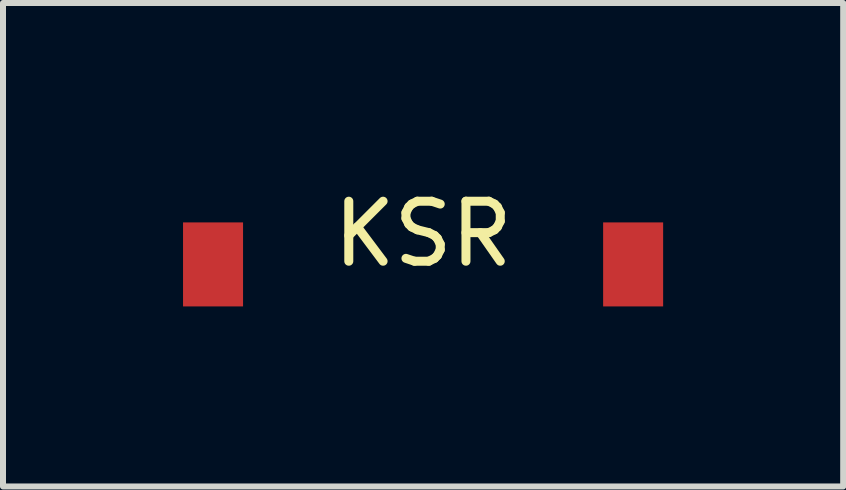
<source format=kicad_pcb>
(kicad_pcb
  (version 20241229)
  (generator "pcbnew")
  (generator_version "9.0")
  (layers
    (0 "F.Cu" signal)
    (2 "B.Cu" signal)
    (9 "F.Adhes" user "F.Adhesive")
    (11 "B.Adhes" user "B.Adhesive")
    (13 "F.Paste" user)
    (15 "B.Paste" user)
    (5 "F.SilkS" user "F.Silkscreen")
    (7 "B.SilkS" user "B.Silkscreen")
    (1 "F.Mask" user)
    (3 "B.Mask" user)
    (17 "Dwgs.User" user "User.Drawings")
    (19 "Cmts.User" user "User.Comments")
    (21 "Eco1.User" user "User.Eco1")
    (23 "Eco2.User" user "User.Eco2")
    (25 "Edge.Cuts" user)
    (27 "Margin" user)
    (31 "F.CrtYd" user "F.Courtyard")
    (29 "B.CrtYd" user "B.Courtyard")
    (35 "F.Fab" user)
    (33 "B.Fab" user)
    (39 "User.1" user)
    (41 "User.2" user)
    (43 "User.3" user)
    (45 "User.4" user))
  (footprint "KSR"
    (layer "F.Cu")
    (at 4 1.356)
    (property "Reference" "KSR" (at 0 -0.508 0) (layer "F.SilkS") (effects (font (size 1 1) (thickness 0.15))))
    (attr smd)
    (pad "1" smd rect (at -3.5 0) (size 1 1.4) (layers "F.Cu" "F.Mask" "F.Paste"))
    (pad "2" smd rect (at 3.5 0) (size 1 1.4) (layers "F.Cu" "F.Mask" "F.Paste")))
  (gr_rect
    (start -3 -3)
    (end 11 5.056)
    (stroke (width 0.1) (type default))
    (fill no)
    (layer "Edge.Cuts")))
</source>
